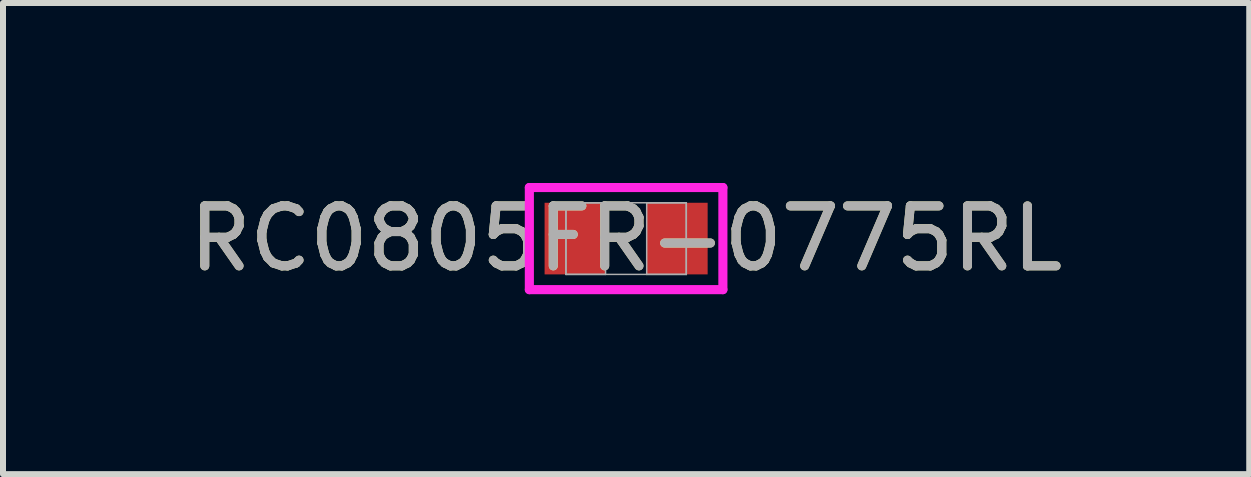
<source format=kicad_pcb>
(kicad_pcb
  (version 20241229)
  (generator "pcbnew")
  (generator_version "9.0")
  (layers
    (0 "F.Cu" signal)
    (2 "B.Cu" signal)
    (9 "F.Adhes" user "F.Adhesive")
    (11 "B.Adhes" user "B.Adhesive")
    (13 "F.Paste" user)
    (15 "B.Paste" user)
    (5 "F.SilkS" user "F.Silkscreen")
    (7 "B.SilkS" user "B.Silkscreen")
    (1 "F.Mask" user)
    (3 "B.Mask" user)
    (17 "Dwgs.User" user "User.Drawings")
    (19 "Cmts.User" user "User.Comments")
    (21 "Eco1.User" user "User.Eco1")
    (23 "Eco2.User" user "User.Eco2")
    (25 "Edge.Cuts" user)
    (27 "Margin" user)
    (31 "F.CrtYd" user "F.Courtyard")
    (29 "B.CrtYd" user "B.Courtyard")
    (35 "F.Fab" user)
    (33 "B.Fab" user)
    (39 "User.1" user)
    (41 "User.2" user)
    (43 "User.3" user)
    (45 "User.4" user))
  (footprint "RC0805FR-0775RL"
    (layer "F.Cu")
    (at 7.387 0.927)
    (property "Reference" "RC0805FR-0775RL" (at 0 0 0) (unlocked yes) (layer "F.SilkS") (effects (font (size 1 1) (thickness 0.15))))
    (attr smd)
    (fp_line (start -1.613 -0.851) (end 1.613 -0.851) (stroke (width 0.152) (type solid)) (layer "F.CrtYd"))
    (fp_line (start -1.613 0.851) (end -1.613 -0.851) (stroke (width 0.152) (type solid)) (layer "F.CrtYd"))
    (fp_line (start 1.613 -0.851) (end 1.613 0.851) (stroke (width 0.152) (type solid)) (layer "F.CrtYd"))
    (fp_line (start 1.613 0.851) (end -1.613 0.851) (stroke (width 0.152) (type solid)) (layer "F.CrtYd"))
    (fp_line (start -1.003 -0.597) (end -1.003 0.597) (stroke (width 0.025) (type solid)) (layer "F.Fab"))
    (fp_line (start -1.003 -0.597) (end -1.003 0.597) (stroke (width 0.025) (type solid)) (layer "F.Fab"))
    (fp_line (start -1.003 0.597) (end -0.343 0.597) (stroke (width 0.025) (type solid)) (layer "F.Fab"))
    (fp_line (start -1.003 0.597) (end 1.003 0.597) (stroke (width 0.025) (type solid)) (layer "F.Fab"))
    (fp_line (start -0.343 -0.597) (end -1.003 -0.597) (stroke (width 0.025) (type solid)) (layer "F.Fab"))
    (fp_line (start -0.343 0.597) (end -0.343 -0.597) (stroke (width 0.025) (type solid)) (layer "F.Fab"))
    (fp_line (start 0.343 -0.597) (end 0.343 0.597) (stroke (width 0.025) (type solid)) (layer "F.Fab"))
    (fp_line (start 0.343 0.597) (end 1.003 0.597) (stroke (width 0.025) (type solid)) (layer "F.Fab"))
    (fp_line (start 1.003 -0.597) (end -1.003 -0.597) (stroke (width 0.025) (type solid)) (layer "F.Fab"))
    (fp_line (start 1.003 -0.597) (end 0.343 -0.597) (stroke (width 0.025) (type solid)) (layer "F.Fab"))
    (fp_line (start 1.003 0.597) (end 1.003 -0.597) (stroke (width 0.025) (type solid)) (layer "F.Fab"))
    (fp_line (start 1.003 0.597) (end 1.003 -0.597) (stroke (width 0.025) (type solid)) (layer "F.Fab"))
    (fp_text user "${REFERENCE}" (at 0 0 0) (unlocked yes) (layer "F.Fab") (effects (font (size 1 1) (thickness 0.15))))
    (pad "1" smd rect (at -0.851 0) (size 1.016 1.194) (layers "F.Cu" "F.Mask" "F.Paste"))
    (pad "2" smd rect (at 0.851 0) (size 1.016 1.194) (layers "F.Cu" "F.Mask" "F.Paste"))
    (zone (net_name "") (layer "F.Cu") (hatch full 0.508) (connect_pads) (min_thickness 0.254) (filled_areas_thickness no) (keepout (tracks not_allowed) (vias not_allowed) (pads allowed) (copperpour not_allowed) (footprints allowed)) (placement (enabled no)) (fill) (polygon (pts (xy 7.095 0.381) (xy 7.679 0.381) (xy 7.679 1.473) (xy 7.095 1.473)))))
  (gr_rect
    (start -3 -3)
    (end 17.774 4.854)
    (stroke (width 0.1) (type default))
    (fill no)
    (layer "Edge.Cuts")))
</source>
